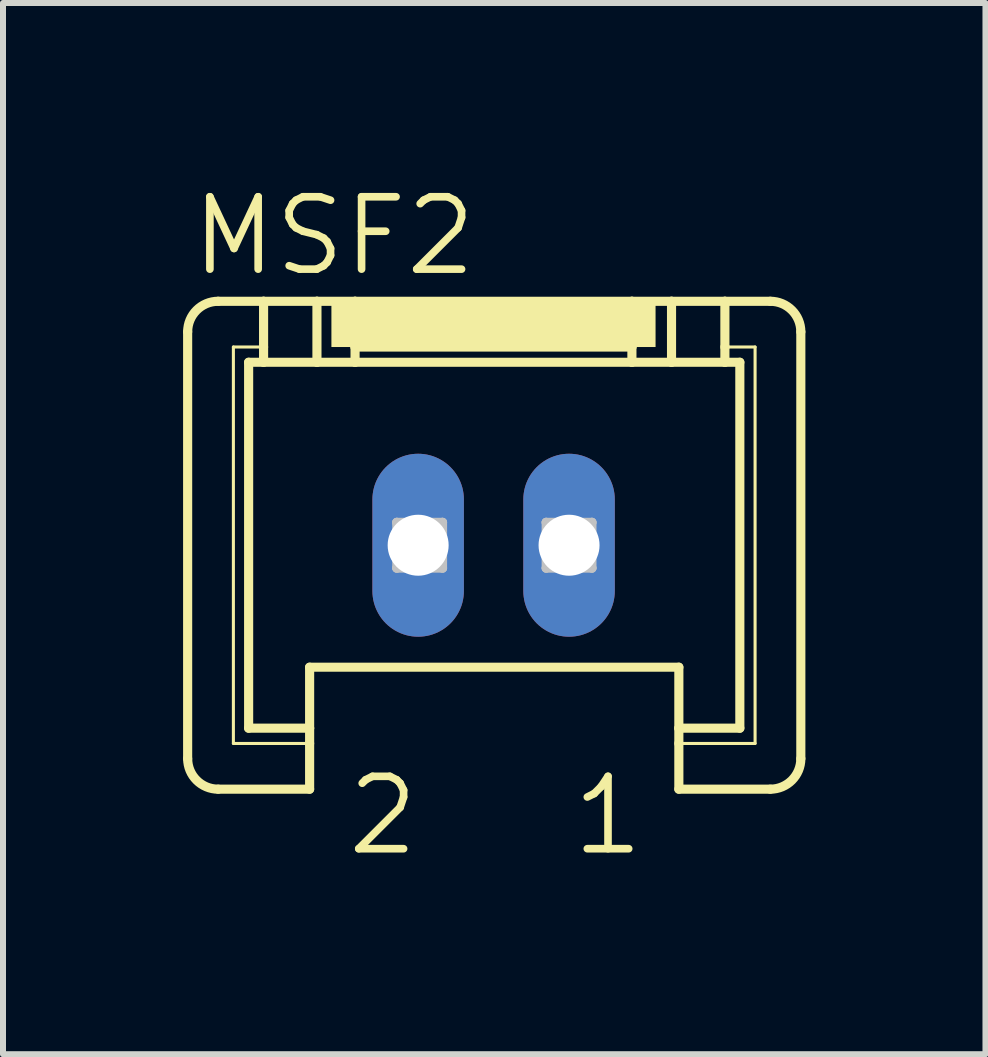
<source format=kicad_pcb>
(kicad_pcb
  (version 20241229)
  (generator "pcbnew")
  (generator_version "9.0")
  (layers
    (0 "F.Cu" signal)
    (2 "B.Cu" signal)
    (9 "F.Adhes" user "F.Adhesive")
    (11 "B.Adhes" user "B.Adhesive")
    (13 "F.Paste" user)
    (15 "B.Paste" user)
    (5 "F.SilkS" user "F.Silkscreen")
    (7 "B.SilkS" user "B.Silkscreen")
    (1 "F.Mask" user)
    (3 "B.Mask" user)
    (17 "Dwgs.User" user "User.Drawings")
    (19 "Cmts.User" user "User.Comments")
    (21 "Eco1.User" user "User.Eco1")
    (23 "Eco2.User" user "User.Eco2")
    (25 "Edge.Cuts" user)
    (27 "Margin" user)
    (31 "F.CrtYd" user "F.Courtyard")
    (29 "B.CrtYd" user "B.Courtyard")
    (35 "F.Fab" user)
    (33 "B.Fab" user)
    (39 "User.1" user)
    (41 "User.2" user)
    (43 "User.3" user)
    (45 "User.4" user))
  (footprint "MSF2"
    (layer "F.Cu")
    (at 5.171 3.493)
    (property "Reference" "MSF2" (at -5.095 -1.905 0) (layer "F.SilkS") (effects (font (size 1.206 1.206) (thickness 0.127)) (justify left bottom)))
    (attr through_hole)
    (fp_line (start -5.095 6.096) (end -5.095 -1.016) (stroke (width 0.152) (type solid)) (layer "F.SilkS"))
    (fp_line (start -4.587 -1.524) (end -3.83 -1.524) (stroke (width 0.152) (type solid)) (layer "F.SilkS"))
    (fp_line (start -4.333 -0.762) (end -3.83 -0.762) (stroke (width 0.051) (type solid)) (layer "F.SilkS"))
    (fp_line (start -4.333 5.842) (end -4.333 -0.762) (stroke (width 0.051) (type solid)) (layer "F.SilkS"))
    (fp_line (start -4.079 -0.508) (end -3.83 -0.508) (stroke (width 0.152) (type solid)) (layer "F.SilkS"))
    (fp_line (start -4.079 5.588) (end -4.079 -0.508) (stroke (width 0.152) (type solid)) (layer "F.SilkS"))
    (fp_line (start -3.83 -1.524) (end -3.83 -0.762) (stroke (width 0.152) (type solid)) (layer "F.SilkS"))
    (fp_line (start -3.83 -1.524) (end -2.941 -1.524) (stroke (width 0.152) (type solid)) (layer "F.SilkS"))
    (fp_line (start -3.83 -0.762) (end -3.83 -0.508) (stroke (width 0.152) (type solid)) (layer "F.SilkS"))
    (fp_line (start -3.83 -0.508) (end -2.941 -0.508) (stroke (width 0.152) (type solid)) (layer "F.SilkS"))
    (fp_line (start -3.063 5.588) (end -4.079 5.588) (stroke (width 0.152) (type solid)) (layer "F.SilkS"))
    (fp_line (start -3.063 5.588) (end -3.063 4.572) (stroke (width 0.152) (type solid)) (layer "F.SilkS"))
    (fp_line (start -3.063 5.588) (end -3.063 5.842) (stroke (width 0.152) (type solid)) (layer "F.SilkS"))
    (fp_line (start -3.063 5.842) (end -4.333 5.842) (stroke (width 0.051) (type solid)) (layer "F.SilkS"))
    (fp_line (start -3.063 5.842) (end -3.063 6.604) (stroke (width 0.152) (type solid)) (layer "F.SilkS"))
    (fp_line (start -3.063 6.604) (end -4.587 6.604) (stroke (width 0.152) (type solid)) (layer "F.SilkS"))
    (fp_line (start -2.941 -1.524) (end -2.941 -0.508) (stroke (width 0.152) (type solid)) (layer "F.SilkS"))
    (fp_line (start -2.941 -1.524) (end -2.306 -1.524) (stroke (width 0.152) (type solid)) (layer "F.SilkS"))
    (fp_line (start -2.941 -0.508) (end -2.306 -0.508) (stroke (width 0.152) (type solid)) (layer "F.SilkS"))
    (fp_line (start -2.306 -1.524) (end -2.306 -0.762) (stroke (width 0.152) (type solid)) (layer "F.SilkS"))
    (fp_line (start -2.306 -1.524) (end 2.306 -1.524) (stroke (width 0.152) (type solid)) (layer "F.SilkS"))
    (fp_line (start -2.306 -0.762) (end -2.306 -0.508) (stroke (width 0.152) (type solid)) (layer "F.SilkS"))
    (fp_line (start -2.306 -0.762) (end 2.306 -0.762) (stroke (width 0.152) (type solid)) (layer "F.SilkS"))
    (fp_line (start -2.306 -0.508) (end 2.306 -0.508) (stroke (width 0.152) (type solid)) (layer "F.SilkS"))
    (fp_line (start 2.306 -1.524) (end 2.306 -0.762) (stroke (width 0.152) (type solid)) (layer "F.SilkS"))
    (fp_line (start 2.306 -1.524) (end 2.966 -1.524) (stroke (width 0.152) (type solid)) (layer "F.SilkS"))
    (fp_line (start 2.306 -0.762) (end 2.306 -0.508) (stroke (width 0.152) (type solid)) (layer "F.SilkS"))
    (fp_line (start 2.306 -0.508) (end 2.966 -0.508) (stroke (width 0.152) (type solid)) (layer "F.SilkS"))
    (fp_line (start 2.966 -1.524) (end 2.966 -0.508) (stroke (width 0.152) (type solid)) (layer "F.SilkS"))
    (fp_line (start 2.966 -1.524) (end 3.855 -1.524) (stroke (width 0.152) (type solid)) (layer "F.SilkS"))
    (fp_line (start 2.966 -0.508) (end 3.855 -0.508) (stroke (width 0.152) (type solid)) (layer "F.SilkS"))
    (fp_line (start 3.088 4.572) (end -3.063 4.572) (stroke (width 0.152) (type solid)) (layer "F.SilkS"))
    (fp_line (start 3.088 5.588) (end 3.088 4.572) (stroke (width 0.152) (type solid)) (layer "F.SilkS"))
    (fp_line (start 3.088 5.842) (end 3.088 5.588) (stroke (width 0.152) (type solid)) (layer "F.SilkS"))
    (fp_line (start 3.088 6.604) (end 3.088 5.842) (stroke (width 0.152) (type solid)) (layer "F.SilkS"))
    (fp_line (start 3.855 -1.524) (end 3.855 -0.762) (stroke (width 0.152) (type solid)) (layer "F.SilkS"))
    (fp_line (start 3.855 -1.524) (end 4.612 -1.524) (stroke (width 0.152) (type solid)) (layer "F.SilkS"))
    (fp_line (start 3.855 -0.762) (end 3.855 -0.508) (stroke (width 0.152) (type solid)) (layer "F.SilkS"))
    (fp_line (start 3.855 -0.508) (end 4.104 -0.508) (stroke (width 0.152) (type solid)) (layer "F.SilkS"))
    (fp_line (start 4.104 -0.508) (end 4.104 5.588) (stroke (width 0.152) (type solid)) (layer "F.SilkS"))
    (fp_line (start 4.104 5.588) (end 3.088 5.588) (stroke (width 0.152) (type solid)) (layer "F.SilkS"))
    (fp_line (start 4.358 -0.762) (end 3.855 -0.762) (stroke (width 0.051) (type solid)) (layer "F.SilkS"))
    (fp_line (start 4.358 -0.762) (end 4.358 5.842) (stroke (width 0.051) (type solid)) (layer "F.SilkS"))
    (fp_line (start 4.358 5.842) (end 3.088 5.842) (stroke (width 0.051) (type solid)) (layer "F.SilkS"))
    (fp_line (start 4.612 6.604) (end 3.088 6.604) (stroke (width 0.152) (type solid)) (layer "F.SilkS"))
    (fp_line (start 5.12 -1.016) (end 5.12 6.096) (stroke (width 0.152) (type solid)) (layer "F.SilkS"))
    (fp_arc (start -5.0946 -1.016) (mid -4.94581 -1.37521) (end -4.5866 -1.524) (stroke (width 0.1524) (type solid)) (layer "F.SilkS"))
    (fp_arc (start -4.5866 6.604) (mid -4.94581 6.45521) (end -5.0946 6.096) (stroke (width 0.1524) (type solid)) (layer "F.SilkS"))
    (fp_arc (start 4.612 -1.524) (mid 4.97121 -1.37521) (end 5.12 -1.016) (stroke (width 0.1524) (type solid)) (layer "F.SilkS"))
    (fp_arc (start 5.12 6.096) (mid 4.97121 6.45521) (end 4.612 6.604) (stroke (width 0.1524) (type solid)) (layer "F.SilkS"))
    (fp_poly (pts (xy -2.7 -0.762) (xy 2.7 -0.762) (xy 2.7 -1.524) (xy -2.7 -1.524)) (stroke (width 0) (type solid)) (fill yes) (layer "F.SilkS"))
    (fp_line (start -1.611 2.159) (end -1.611 2.921) (stroke (width 0.152) (type solid)) (layer "Dwgs.User"))
    (fp_line (start -1.611 2.159) (end -0.849 2.921) (stroke (width 0.152) (type solid)) (layer "Dwgs.User"))
    (fp_line (start -1.611 2.921) (end -0.849 2.921) (stroke (width 0.152) (type solid)) (layer "Dwgs.User"))
    (fp_line (start -0.849 2.159) (end -1.611 2.159) (stroke (width 0.152) (type solid)) (layer "Dwgs.User"))
    (fp_line (start -0.849 2.159) (end -1.611 2.921) (stroke (width 0.152) (type solid)) (layer "Dwgs.User"))
    (fp_line (start -0.849 2.921) (end -0.849 2.159) (stroke (width 0.152) (type solid)) (layer "Dwgs.User"))
    (fp_line (start 0.878 2.159) (end 0.878 2.921) (stroke (width 0.152) (type solid)) (layer "Dwgs.User"))
    (fp_line (start 0.878 2.159) (end 1.64 2.921) (stroke (width 0.152) (type solid)) (layer "Dwgs.User"))
    (fp_line (start 0.878 2.921) (end 1.64 2.921) (stroke (width 0.152) (type solid)) (layer "Dwgs.User"))
    (fp_line (start 1.64 2.159) (end 0.878 2.159) (stroke (width 0.152) (type solid)) (layer "Dwgs.User"))
    (fp_line (start 1.64 2.159) (end 0.878 2.921) (stroke (width 0.152) (type solid)) (layer "Dwgs.User"))
    (fp_line (start 1.64 2.921) (end 1.64 2.159) (stroke (width 0.152) (type solid)) (layer "Dwgs.User"))
    (fp_text user "1" (at 1.25 7.75 0) (layer "F.SilkS") (effects (font (size 1.206 1.206) (thickness 0.127)) (justify left bottom)))
    (fp_text user "2" (at -2.5 7.75 0) (layer "F.SilkS") (effects (font (size 1.206 1.206) (thickness 0.127)) (justify left bottom)))
    (pad "1" thru_hole oval (at 1.259 2.54 90) (size 3.048 1.524) (drill 1.016) (layers "*.Cu" "*.Mask"))
    (pad "2" thru_hole oval (at -1.255 2.54 90) (size 3.048 1.524) (drill 1.016) (layers "*.Cu" "*.Mask")))
  (gr_rect
    (start -3 -3)
    (end 13.367 14.512)
    (stroke (width 0.1) (type default))
    (fill no)
    (layer "Edge.Cuts")))
</source>
